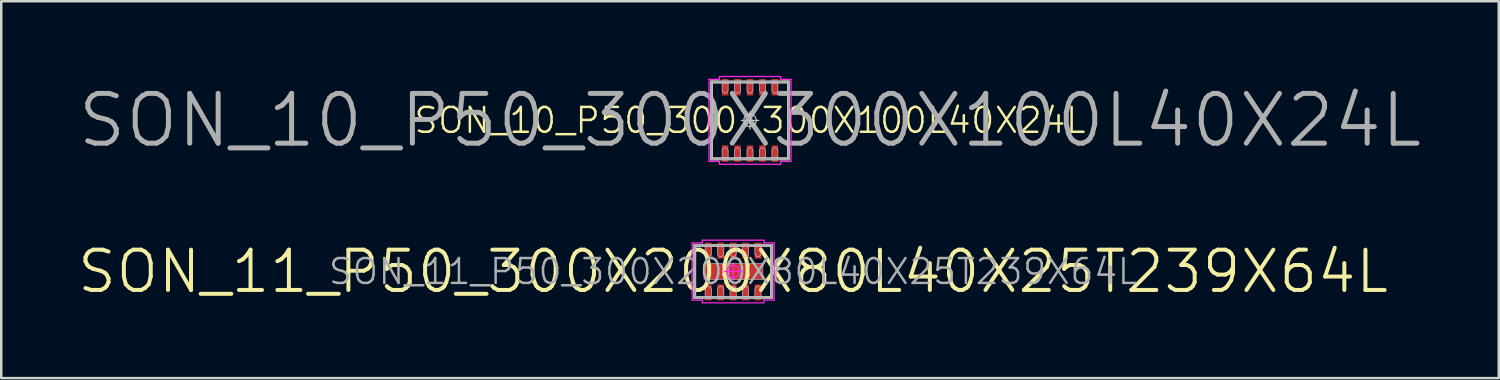
<source format=kicad_pcb>
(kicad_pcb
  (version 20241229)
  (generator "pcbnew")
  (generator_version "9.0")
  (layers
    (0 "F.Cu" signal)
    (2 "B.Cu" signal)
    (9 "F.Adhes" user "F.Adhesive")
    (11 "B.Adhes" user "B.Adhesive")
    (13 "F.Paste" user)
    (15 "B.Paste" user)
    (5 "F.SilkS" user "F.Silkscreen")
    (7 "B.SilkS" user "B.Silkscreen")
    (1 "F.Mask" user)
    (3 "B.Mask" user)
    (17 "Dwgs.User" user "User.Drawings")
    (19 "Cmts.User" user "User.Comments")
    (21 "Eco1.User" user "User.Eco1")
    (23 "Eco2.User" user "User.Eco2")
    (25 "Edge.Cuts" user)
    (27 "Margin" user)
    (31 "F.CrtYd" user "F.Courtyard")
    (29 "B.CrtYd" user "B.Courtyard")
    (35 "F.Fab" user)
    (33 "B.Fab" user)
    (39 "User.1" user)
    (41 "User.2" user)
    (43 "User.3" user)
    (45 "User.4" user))
  (footprint "SON_11_P50_300X200X80L40X25T239X64L"
    (layer "F.Cu")
    (at 26.422 7.865)
    (property "Reference" "SON_11_P50_300X200X80L40X25T239X64L" (at 0 0 0) (layer "F.Fab") (effects (font (size 1 1) (thickness 0.1))))
    (attr smd)
    (fp_line (start -1.55 -1.05) (end -1.285 -1.05) (stroke (width 0.1) (type solid)) (layer "F.SilkS"))
    (fp_line (start -1.55 1.05) (end -1.55 -1.05) (stroke (width 0.1) (type solid)) (layer "F.SilkS"))
    (fp_line (start -1.285 1.05) (end -1.55 1.05) (stroke (width 0.1) (type solid)) (layer "F.SilkS"))
    (fp_line (start 1.285 1.05) (end 1.55 1.05) (stroke (width 0.1) (type solid)) (layer "F.SilkS"))
    (fp_line (start 1.55 -1.05) (end 1.285 -1.05) (stroke (width 0.1) (type solid)) (layer "F.SilkS"))
    (fp_line (start 1.55 1.05) (end 1.55 -1.05) (stroke (width 0.1) (type solid)) (layer "F.SilkS"))
    (fp_line (start -1.5 -1) (end 1.5 -1) (stroke (width 0.025) (type solid)) (layer "Dwgs.User"))
    (fp_line (start -1.5 1) (end -1.5 -1) (stroke (width 0.025) (type solid)) (layer "Dwgs.User"))
    (fp_line (start -1.195 -0.27) (end -1.195 0.07) (stroke (width 0.025) (type solid)) (layer "Dwgs.User"))
    (fp_line (start -1.195 0.07) (end -0.945 0.32) (stroke (width 0.025) (type solid)) (layer "Dwgs.User"))
    (fp_line (start -1.125 -1) (end -1.125 -0.725) (stroke (width 0.025) (type solid)) (layer "Dwgs.User"))
    (fp_line (start -1.125 0.725) (end -1.125 1) (stroke (width 0.025) (type solid)) (layer "Dwgs.User"))
    (fp_line (start -1.125 1) (end -0.875 1) (stroke (width 0.025) (type solid)) (layer "Dwgs.User"))
    (fp_line (start -0.945 0.32) (end 1.145 0.32) (stroke (width 0.025) (type solid)) (layer "Dwgs.User"))
    (fp_line (start -0.875 -1) (end -1.125 -1) (stroke (width 0.025) (type solid)) (layer "Dwgs.User"))
    (fp_line (start -0.875 -0.725) (end -0.875 -1) (stroke (width 0.025) (type solid)) (layer "Dwgs.User"))
    (fp_line (start -0.875 1) (end -0.875 0.725) (stroke (width 0.025) (type solid)) (layer "Dwgs.User"))
    (fp_line (start -0.625 -1) (end -0.625 -0.725) (stroke (width 0.025) (type solid)) (layer "Dwgs.User"))
    (fp_line (start -0.625 0.725) (end -0.625 1) (stroke (width 0.025) (type solid)) (layer "Dwgs.User"))
    (fp_line (start -0.625 1) (end -0.375 1) (stroke (width 0.025) (type solid)) (layer "Dwgs.User"))
    (fp_line (start -0.375 -1) (end -0.625 -1) (stroke (width 0.025) (type solid)) (layer "Dwgs.User"))
    (fp_line (start -0.375 -0.725) (end -0.375 -1) (stroke (width 0.025) (type solid)) (layer "Dwgs.User"))
    (fp_line (start -0.375 1) (end -0.375 0.725) (stroke (width 0.025) (type solid)) (layer "Dwgs.User"))
    (fp_line (start -0.125 -1) (end -0.125 -0.725) (stroke (width 0.025) (type solid)) (layer "Dwgs.User"))
    (fp_line (start -0.125 0.725) (end -0.125 1) (stroke (width 0.025) (type solid)) (layer "Dwgs.User"))
    (fp_line (start -0.125 1) (end 0.125 1) (stroke (width 0.025) (type solid)) (layer "Dwgs.User"))
    (fp_line (start 0.125 -1) (end -0.125 -1) (stroke (width 0.025) (type solid)) (layer "Dwgs.User"))
    (fp_line (start 0.125 -0.725) (end 0.125 -1) (stroke (width 0.025) (type solid)) (layer "Dwgs.User"))
    (fp_line (start 0.125 1) (end 0.125 0.725) (stroke (width 0.025) (type solid)) (layer "Dwgs.User"))
    (fp_line (start 0.375 -1) (end 0.375 -0.725) (stroke (width 0.025) (type solid)) (layer "Dwgs.User"))
    (fp_line (start 0.375 0.725) (end 0.375 1) (stroke (width 0.025) (type solid)) (layer "Dwgs.User"))
    (fp_line (start 0.375 1) (end 0.625 1) (stroke (width 0.025) (type solid)) (layer "Dwgs.User"))
    (fp_line (start 0.625 -1) (end 0.375 -1) (stroke (width 0.025) (type solid)) (layer "Dwgs.User"))
    (fp_line (start 0.625 -0.725) (end 0.625 -1) (stroke (width 0.025) (type solid)) (layer "Dwgs.User"))
    (fp_line (start 0.625 1) (end 0.625 0.725) (stroke (width 0.025) (type solid)) (layer "Dwgs.User"))
    (fp_line (start 0.875 -1) (end 0.875 -0.725) (stroke (width 0.025) (type solid)) (layer "Dwgs.User"))
    (fp_line (start 0.875 0.725) (end 0.875 1) (stroke (width 0.025) (type solid)) (layer "Dwgs.User"))
    (fp_line (start 0.875 1) (end 1.125 1) (stroke (width 0.025) (type solid)) (layer "Dwgs.User"))
    (fp_line (start 1.125 -1) (end 0.875 -1) (stroke (width 0.025) (type solid)) (layer "Dwgs.User"))
    (fp_line (start 1.125 -0.725) (end 1.125 -1) (stroke (width 0.025) (type solid)) (layer "Dwgs.User"))
    (fp_line (start 1.125 1) (end 1.125 0.725) (stroke (width 0.025) (type solid)) (layer "Dwgs.User"))
    (fp_line (start 1.145 -0.32) (end -1.145 -0.32) (stroke (width 0.025) (type solid)) (layer "Dwgs.User"))
    (fp_line (start 1.195 0.27) (end 1.195 -0.27) (stroke (width 0.025) (type solid)) (layer "Dwgs.User"))
    (fp_line (start 1.5 -1) (end 1.5 1) (stroke (width 0.025) (type solid)) (layer "Dwgs.User"))
    (fp_line (start 1.5 1) (end -1.5 1) (stroke (width 0.025) (type solid)) (layer "Dwgs.User"))
    (fp_arc (start -1.195 -0.27) (mid -1.180355 -0.305355) (end -1.145 -0.32) (stroke (width 0.025) (type solid)) (layer "Dwgs.User"))
    (fp_arc (start -1.125 0.725) (mid -1 0.6) (end -0.875 0.725) (stroke (width 0.025) (type solid)) (layer "Dwgs.User"))
    (fp_arc (start -0.875 -0.725) (mid -1 -0.6) (end -1.125 -0.725) (stroke (width 0.025) (type solid)) (layer "Dwgs.User"))
    (fp_arc (start -0.625 0.725) (mid -0.5 0.6) (end -0.375 0.725) (stroke (width 0.025) (type solid)) (layer "Dwgs.User"))
    (fp_arc (start -0.375 -0.725) (mid -0.5 -0.6) (end -0.625 -0.725) (stroke (width 0.025) (type solid)) (layer "Dwgs.User"))
    (fp_arc (start -0.125 0.725) (mid 0 0.6) (end 0.125 0.725) (stroke (width 0.025) (type solid)) (layer "Dwgs.User"))
    (fp_arc (start 0.125 -0.725) (mid 0 -0.6) (end -0.125 -0.725) (stroke (width 0.025) (type solid)) (layer "Dwgs.User"))
    (fp_arc (start 0.375 0.725) (mid 0.5 0.6) (end 0.625 0.725) (stroke (width 0.025) (type solid)) (layer "Dwgs.User"))
    (fp_arc (start 0.625 -0.725) (mid 0.5 -0.6) (end 0.375 -0.725) (stroke (width 0.025) (type solid)) (layer "Dwgs.User"))
    (fp_arc (start 0.875 0.725) (mid 1 0.6) (end 1.125 0.725) (stroke (width 0.025) (type solid)) (layer "Dwgs.User"))
    (fp_arc (start 1.125 -0.725) (mid 1 -0.6) (end 0.875 -0.725) (stroke (width 0.025) (type solid)) (layer "Dwgs.User"))
    (fp_arc (start 1.145 -0.32) (mid 1.180355 -0.305355) (end 1.195 -0.27) (stroke (width 0.025) (type solid)) (layer "Dwgs.User"))
    (fp_arc (start 1.195 0.27) (mid 1.180355 0.305355) (end 1.145 0.32) (stroke (width 0.025) (type solid)) (layer "Dwgs.User"))
    (fp_line (start -1.65 -1.15) (end -1.65 1.15) (stroke (width 0.05) (type solid)) (layer "F.CrtYd"))
    (fp_line (start -1.65 1.15) (end -1.235 1.15) (stroke (width 0.05) (type solid)) (layer "F.CrtYd"))
    (fp_line (start -1.235 -1.26) (end -1.235 -1.15) (stroke (width 0.05) (type solid)) (layer "F.CrtYd"))
    (fp_line (start -1.235 -1.15) (end -1.65 -1.15) (stroke (width 0.05) (type solid)) (layer "F.CrtYd"))
    (fp_line (start -1.235 1.15) (end -1.235 1.26) (stroke (width 0.05) (type solid)) (layer "F.CrtYd"))
    (fp_line (start -1.235 1.26) (end 1.235 1.26) (stroke (width 0.05) (type solid)) (layer "F.CrtYd"))
    (fp_line (start -0.35 0) (end 0.35 0) (stroke (width 0.05) (type solid)) (layer "F.CrtYd"))
    (fp_line (start 0 -0.35) (end 0 0.35) (stroke (width 0.05) (type solid)) (layer "F.CrtYd"))
    (fp_line (start 1.235 -1.26) (end -1.235 -1.26) (stroke (width 0.05) (type solid)) (layer "F.CrtYd"))
    (fp_line (start 1.235 -1.15) (end 1.235 -1.26) (stroke (width 0.05) (type solid)) (layer "F.CrtYd"))
    (fp_line (start 1.235 1.15) (end 1.65 1.15) (stroke (width 0.05) (type solid)) (layer "F.CrtYd"))
    (fp_line (start 1.235 1.26) (end 1.235 1.15) (stroke (width 0.05) (type solid)) (layer "F.CrtYd"))
    (fp_line (start 1.65 -1.15) (end 1.235 -1.15) (stroke (width 0.05) (type solid)) (layer "F.CrtYd"))
    (fp_line (start 1.65 1.15) (end 1.65 -1.15) (stroke (width 0.05) (type solid)) (layer "F.CrtYd"))
    (fp_circle (center 0 0) (end 0 0.25) (stroke (width 0.05) (type solid)) (fill no) (layer "F.CrtYd"))
    (fp_line (start -1.55 -1.05) (end 1.55 -1.05) (stroke (width 0.12) (type solid)) (layer "F.Fab"))
    (fp_line (start -1.55 1.05) (end -1.55 -1.05) (stroke (width 0.12) (type solid)) (layer "F.Fab"))
    (fp_line (start 1.55 -1.05) (end 1.55 1.05) (stroke (width 0.12) (type solid)) (layer "F.Fab"))
    (fp_line (start 1.55 1.05) (end -1.55 1.05) (stroke (width 0.12) (type solid)) (layer "F.Fab"))
    (fp_text user "${REFERENCE}" (at 0 0 0) (layer "F.SilkS") (effects (font (size 1.62 1.62) (thickness 0.16))))
    (pad "1" smd rect (at -1 0.84 90) (size 0.64 0.27) (layers "F.Cu" "F.Mask" "F.Paste"))
    (pad "2" smd rect (at -0.5 0.84 90) (size 0.64 0.27) (layers "F.Cu" "F.Mask" "F.Paste"))
    (pad "3" smd rect (at 0 0.84 90) (size 0.64 0.27) (layers "F.Cu" "F.Mask" "F.Paste"))
    (pad "4" smd rect (at 0.5 0.84 90) (size 0.64 0.27) (layers "F.Cu" "F.Mask" "F.Paste"))
    (pad "5" smd rect (at 1 0.84 90) (size 0.64 0.27) (layers "F.Cu" "F.Mask" "F.Paste"))
    (pad "6" smd rect (at 1 -0.84 90) (size 0.64 0.27) (layers "F.Cu" "F.Mask" "F.Paste"))
    (pad "7" smd rect (at 0.5 -0.84 90) (size 0.64 0.27) (layers "F.Cu" "F.Mask" "F.Paste"))
    (pad "8" smd rect (at 0 -0.84 90) (size 0.64 0.27) (layers "F.Cu" "F.Mask" "F.Paste"))
    (pad "9" smd rect (at -0.5 -0.84 90) (size 0.64 0.27) (layers "F.Cu" "F.Mask" "F.Paste"))
    (pad "10" smd rect (at -1 -0.84 90) (size 0.64 0.27) (layers "F.Cu" "F.Mask" "F.Paste"))
    (pad "11" smd rect (at 0 0 90) (size 0.64 2.39) (layers "F.Cu" "F.Mask" "F.Paste")))
  (footprint "SON_10_P50_300X300X100L40X24L"
    (layer "F.Cu")
    (at 27.1 1.79)
    (property "Reference" "SON_10_P50_300X300X100L40X24L" (at 0 0 0) (layer "F.SilkS") (effects (font (size 1 1) (thickness 0.1))))
    (attr smd)
    (fp_line (start -1.55 -1.55) (end -1.28 -1.55) (stroke (width 0.1) (type solid)) (layer "F.SilkS"))
    (fp_line (start -1.55 1.55) (end -1.55 -1.55) (stroke (width 0.1) (type solid)) (layer "F.SilkS"))
    (fp_line (start -1.28 1.55) (end -1.55 1.55) (stroke (width 0.1) (type solid)) (layer "F.SilkS"))
    (fp_line (start 1.28 1.55) (end 1.55 1.55) (stroke (width 0.1) (type solid)) (layer "F.SilkS"))
    (fp_line (start 1.55 -1.55) (end 1.28 -1.55) (stroke (width 0.1) (type solid)) (layer "F.SilkS"))
    (fp_line (start 1.55 1.55) (end 1.55 -1.55) (stroke (width 0.1) (type solid)) (layer "F.SilkS"))
    (fp_line (start -1.5 -1.5) (end 1.5 -1.5) (stroke (width 0.025) (type solid)) (layer "Dwgs.User"))
    (fp_line (start -1.5 1.5) (end -1.5 -1.5) (stroke (width 0.025) (type solid)) (layer "Dwgs.User"))
    (fp_line (start -1.12 -1.5) (end -1.12 -1.22) (stroke (width 0.025) (type solid)) (layer "Dwgs.User"))
    (fp_line (start -1.12 1.22) (end -1.12 1.5) (stroke (width 0.025) (type solid)) (layer "Dwgs.User"))
    (fp_line (start -1.12 1.5) (end -0.88 1.5) (stroke (width 0.025) (type solid)) (layer "Dwgs.User"))
    (fp_line (start -0.88 -1.5) (end -1.12 -1.5) (stroke (width 0.025) (type solid)) (layer "Dwgs.User"))
    (fp_line (start -0.88 -1.22) (end -0.88 -1.5) (stroke (width 0.025) (type solid)) (layer "Dwgs.User"))
    (fp_line (start -0.88 1.5) (end -0.88 1.22) (stroke (width 0.025) (type solid)) (layer "Dwgs.User"))
    (fp_line (start -0.62 -1.5) (end -0.62 -1.22) (stroke (width 0.025) (type solid)) (layer "Dwgs.User"))
    (fp_line (start -0.62 1.22) (end -0.62 1.5) (stroke (width 0.025) (type solid)) (layer "Dwgs.User"))
    (fp_line (start -0.62 1.5) (end -0.38 1.5) (stroke (width 0.025) (type solid)) (layer "Dwgs.User"))
    (fp_line (start -0.38 -1.5) (end -0.62 -1.5) (stroke (width 0.025) (type solid)) (layer "Dwgs.User"))
    (fp_line (start -0.38 -1.22) (end -0.38 -1.5) (stroke (width 0.025) (type solid)) (layer "Dwgs.User"))
    (fp_line (start -0.38 1.5) (end -0.38 1.22) (stroke (width 0.025) (type solid)) (layer "Dwgs.User"))
    (fp_line (start -0.35 0) (end 0.35 0) (stroke (width 0.05) (type solid)) (layer "Dwgs.User"))
    (fp_line (start -0.12 -1.5) (end -0.12 -1.22) (stroke (width 0.025) (type solid)) (layer "Dwgs.User"))
    (fp_line (start -0.12 1.22) (end -0.12 1.5) (stroke (width 0.025) (type solid)) (layer "Dwgs.User"))
    (fp_line (start -0.12 1.5) (end 0.12 1.5) (stroke (width 0.025) (type solid)) (layer "Dwgs.User"))
    (fp_line (start 0 -0.35) (end 0 0.35) (stroke (width 0.05) (type solid)) (layer "Dwgs.User"))
    (fp_line (start 0.12 -1.5) (end -0.12 -1.5) (stroke (width 0.025) (type solid)) (layer "Dwgs.User"))
    (fp_line (start 0.12 -1.22) (end 0.12 -1.5) (stroke (width 0.025) (type solid)) (layer "Dwgs.User"))
    (fp_line (start 0.12 1.5) (end 0.12 1.22) (stroke (width 0.025) (type solid)) (layer "Dwgs.User"))
    (fp_line (start 0.38 -1.5) (end 0.38 -1.22) (stroke (width 0.025) (type solid)) (layer "Dwgs.User"))
    (fp_line (start 0.38 1.22) (end 0.38 1.5) (stroke (width 0.025) (type solid)) (layer "Dwgs.User"))
    (fp_line (start 0.38 1.5) (end 0.62 1.5) (stroke (width 0.025) (type solid)) (layer "Dwgs.User"))
    (fp_line (start 0.62 -1.5) (end 0.38 -1.5) (stroke (width 0.025) (type solid)) (layer "Dwgs.User"))
    (fp_line (start 0.62 -1.22) (end 0.62 -1.5) (stroke (width 0.025) (type solid)) (layer "Dwgs.User"))
    (fp_line (start 0.62 1.5) (end 0.62 1.22) (stroke (width 0.025) (type solid)) (layer "Dwgs.User"))
    (fp_line (start 0.88 -1.5) (end 0.88 -1.22) (stroke (width 0.025) (type solid)) (layer "Dwgs.User"))
    (fp_line (start 0.88 1.22) (end 0.88 1.5) (stroke (width 0.025) (type solid)) (layer "Dwgs.User"))
    (fp_line (start 0.88 1.5) (end 1.12 1.5) (stroke (width 0.025) (type solid)) (layer "Dwgs.User"))
    (fp_line (start 1.12 -1.5) (end 0.88 -1.5) (stroke (width 0.025) (type solid)) (layer "Dwgs.User"))
    (fp_line (start 1.12 -1.22) (end 1.12 -1.5) (stroke (width 0.025) (type solid)) (layer "Dwgs.User"))
    (fp_line (start 1.12 1.5) (end 1.12 1.22) (stroke (width 0.025) (type solid)) (layer "Dwgs.User"))
    (fp_line (start 1.5 -1.5) (end 1.5 1.5) (stroke (width 0.025) (type solid)) (layer "Dwgs.User"))
    (fp_line (start 1.5 1.5) (end -1.5 1.5) (stroke (width 0.025) (type solid)) (layer "Dwgs.User"))
    (fp_arc (start -1.12 1.22) (mid -1 1.1) (end -0.88 1.22) (stroke (width 0.025) (type solid)) (layer "Dwgs.User"))
    (fp_arc (start -0.88 -1.22) (mid -1 -1.1) (end -1.12 -1.22) (stroke (width 0.025) (type solid)) (layer "Dwgs.User"))
    (fp_arc (start -0.62 1.22) (mid -0.5 1.1) (end -0.38 1.22) (stroke (width 0.025) (type solid)) (layer "Dwgs.User"))
    (fp_arc (start -0.38 -1.22) (mid -0.5 -1.1) (end -0.62 -1.22) (stroke (width 0.025) (type solid)) (layer "Dwgs.User"))
    (fp_arc (start -0.12 1.22) (mid 0 1.1) (end 0.12 1.22) (stroke (width 0.025) (type solid)) (layer "Dwgs.User"))
    (fp_arc (start 0.12 -1.22) (mid 0 -1.1) (end -0.12 -1.22) (stroke (width 0.025) (type solid)) (layer "Dwgs.User"))
    (fp_arc (start 0.38 1.22) (mid 0.5 1.1) (end 0.62 1.22) (stroke (width 0.025) (type solid)) (layer "Dwgs.User"))
    (fp_arc (start 0.62 -1.22) (mid 0.5 -1.1) (end 0.38 -1.22) (stroke (width 0.025) (type solid)) (layer "Dwgs.User"))
    (fp_arc (start 0.88 1.22) (mid 1 1.1) (end 1.12 1.22) (stroke (width 0.025) (type solid)) (layer "Dwgs.User"))
    (fp_arc (start 1.12 -1.22) (mid 1 -1.1) (end 0.88 -1.22) (stroke (width 0.025) (type solid)) (layer "Dwgs.User"))
    (fp_circle (center 0 0) (end 0.25 0) (stroke (width 0.05) (type solid)) (fill no) (layer "Dwgs.User"))
    (fp_line (start -1.65 -1.65) (end -1.65 1.65) (stroke (width 0.05) (type solid)) (layer "F.CrtYd"))
    (fp_line (start -1.65 1.65) (end -1.23 1.65) (stroke (width 0.05) (type solid)) (layer "F.CrtYd"))
    (fp_line (start -1.23 -1.765) (end -1.23 -1.65) (stroke (width 0.05) (type solid)) (layer "F.CrtYd"))
    (fp_line (start -1.23 -1.65) (end -1.65 -1.65) (stroke (width 0.05) (type solid)) (layer "F.CrtYd"))
    (fp_line (start -1.23 1.65) (end -1.23 1.765) (stroke (width 0.05) (type solid)) (layer "F.CrtYd"))
    (fp_line (start -1.23 1.765) (end 1.23 1.765) (stroke (width 0.05) (type solid)) (layer "F.CrtYd"))
    (fp_line (start 1.23 -1.765) (end -1.23 -1.765) (stroke (width 0.05) (type solid)) (layer "F.CrtYd"))
    (fp_line (start 1.23 -1.65) (end 1.23 -1.765) (stroke (width 0.05) (type solid)) (layer "F.CrtYd"))
    (fp_line (start 1.23 1.65) (end 1.65 1.65) (stroke (width 0.05) (type solid)) (layer "F.CrtYd"))
    (fp_line (start 1.23 1.765) (end 1.23 1.65) (stroke (width 0.05) (type solid)) (layer "F.CrtYd"))
    (fp_line (start 1.65 -1.65) (end 1.23 -1.65) (stroke (width 0.05) (type solid)) (layer "F.CrtYd"))
    (fp_line (start 1.65 1.65) (end 1.65 -1.65) (stroke (width 0.05) (type solid)) (layer "F.CrtYd"))
    (fp_line (start -1.55 -1.55) (end 1.55 -1.55) (stroke (width 0.12) (type solid)) (layer "F.Fab"))
    (fp_line (start -1.55 1.55) (end -1.55 -1.55) (stroke (width 0.12) (type solid)) (layer "F.Fab"))
    (fp_line (start 1.55 -1.55) (end 1.55 1.55) (stroke (width 0.12) (type solid)) (layer "F.Fab"))
    (fp_line (start 1.55 1.55) (end -1.55 1.55) (stroke (width 0.12) (type solid)) (layer "F.Fab"))
    (fp_text user "${REFERENCE}" (at 0 0 0) (layer "F.Fab") (effects (font (size 2 2) (thickness 0.2))))
    (pad "1" smd rect (at -1 1.335 90) (size 0.66 0.26) (layers "F.Cu" "F.Mask" "F.Paste"))
    (pad "2" smd rect (at -0.5 1.335 90) (size 0.66 0.26) (layers "F.Cu" "F.Mask" "F.Paste"))
    (pad "3" smd rect (at 0 1.335 90) (size 0.66 0.26) (layers "F.Cu" "F.Mask" "F.Paste"))
    (pad "4" smd rect (at 0.5 1.335 90) (size 0.66 0.26) (layers "F.Cu" "F.Mask" "F.Paste"))
    (pad "5" smd rect (at 1 1.335 90) (size 0.66 0.26) (layers "F.Cu" "F.Mask" "F.Paste"))
    (pad "6" smd rect (at 1 -1.335 90) (size 0.66 0.26) (layers "F.Cu" "F.Mask" "F.Paste"))
    (pad "7" smd rect (at 0.5 -1.335 90) (size 0.66 0.26) (layers "F.Cu" "F.Mask" "F.Paste"))
    (pad "8" smd rect (at 0 -1.335 90) (size 0.66 0.26) (layers "F.Cu" "F.Mask" "F.Paste"))
    (pad "9" smd rect (at -0.5 -1.335 90) (size 0.66 0.26) (layers "F.Cu" "F.Mask" "F.Paste"))
    (pad "10" smd rect (at -1 -1.335 90) (size 0.66 0.26) (layers "F.Cu" "F.Mask" "F.Paste")))
  (gr_rect
    (start -3 -3)
    (end 57.2 12.15)
    (stroke (width 0.1) (type default))
    (fill no)
    (layer "Edge.Cuts")))
</source>
